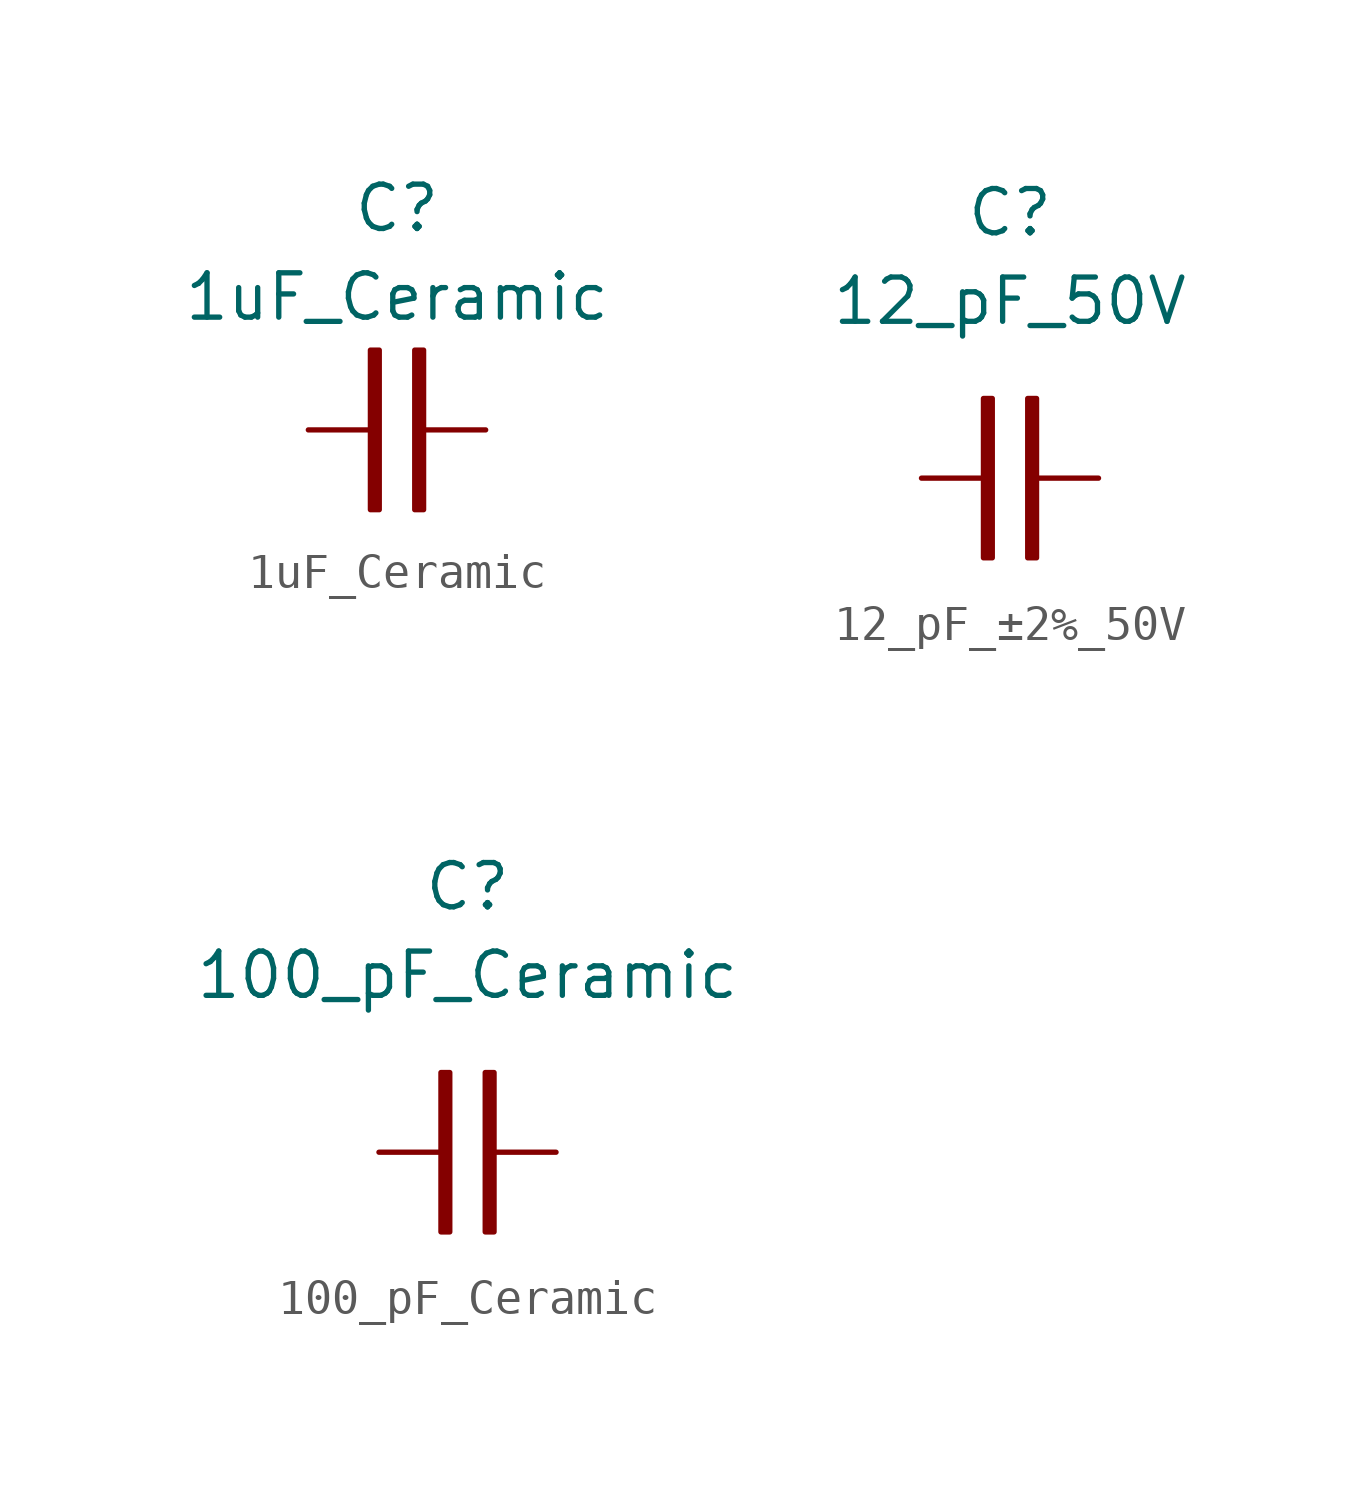
<source format=kicad_sym>
(kicad_symbol_lib
  (version 20220914)
  (generator kicad_symbol_editor)
  (symbol "1uF_Ceramic"
    (property "Reference" "C"
      (at 0 6.35 0)
      (effects (font (size 1.27 1.27))))
    (property "Value" "1uF_Ceramic"
      (at 0 3.81 0)
      (effects (font (size 1.27 1.27))))
    (symbol "1uF_Ceramic_0_1"
      (rectangle (start -0.762 2.286) (end -0.508 -2.286) (stroke (width 0) (type default)) (fill (type outline)))
      (rectangle (start 0.508 2.286) (end 0.762 -2.286) (stroke (width 0) (type default)) (fill (type outline))))
    (symbol "1uF_Ceramic_1_1"
      (pin passive line (at -2.54 0 0) (length 2) (name "~" (effects (font (size 0 0)))) (number "1" (effects (font (size 0 0)))))
      (pin input line (at 2.54 0 180) (length 2) (name "~" (effects (font (size 0 0)))) (number "2" (effects (font (size 0 0)))))))
  (symbol "12_pF_±2%_50V"
    (property "Reference" "C"
      (at 0 2.54 0)
      (effects (font (size 1.27 1.27))))
    (property "Value" "12_pF_50V"
      (at 0 0 0)
      (effects (font (size 1.27 1.27))))
    (symbol "12_pF_±2%_50V_0_1"
      (rectangle (start -0.762 -2.794) (end -0.508 -7.366) (stroke (width 0) (type default)) (fill (type outline)))
      (rectangle (start 0.508 -2.794) (end 0.762 -7.366) (stroke (width 0) (type default)) (fill (type outline))))
    (symbol "12_pF_±2%_50V_1_1"
      (pin passive line (at -2.54 -5.08 0) (length 2) (name "~" (effects (font (size 0 0)))) (number "1" (effects (font (size 0 0)))))
      (pin input line (at 2.54 -5.08 180) (length 2) (name "~" (effects (font (size 0 0)))) (number "2" (effects (font (size 0 0)))))))
  (symbol "100_pF_Ceramic"
    (property "Reference" "C"
      (at 0 7.62 0)
      (effects (font (size 1.27 1.27))))
    (property "Value" "100_pF_Ceramic"
      (at 0 5.08 0)
      (effects (font (size 1.27 1.27))))
    (symbol "100_pF_Ceramic_0_1"
      (rectangle (start -0.762 2.286) (end -0.508 -2.286) (stroke (width 0) (type default)) (fill (type outline)))
      (rectangle (start 0.508 2.286) (end 0.762 -2.286) (stroke (width 0) (type default)) (fill (type outline))))
    (symbol "100_pF_Ceramic_1_1"
      (pin passive line (at -2.54 0 0) (length 2) (name "~" (effects (font (size 0 0)))) (number "1" (effects (font (size 0 0)))))
      (pin input line (at 2.54 0 180) (length 2) (name "~" (effects (font (size 0 0)))) (number "2" (effects (font (size 0 0))))))))
</source>
